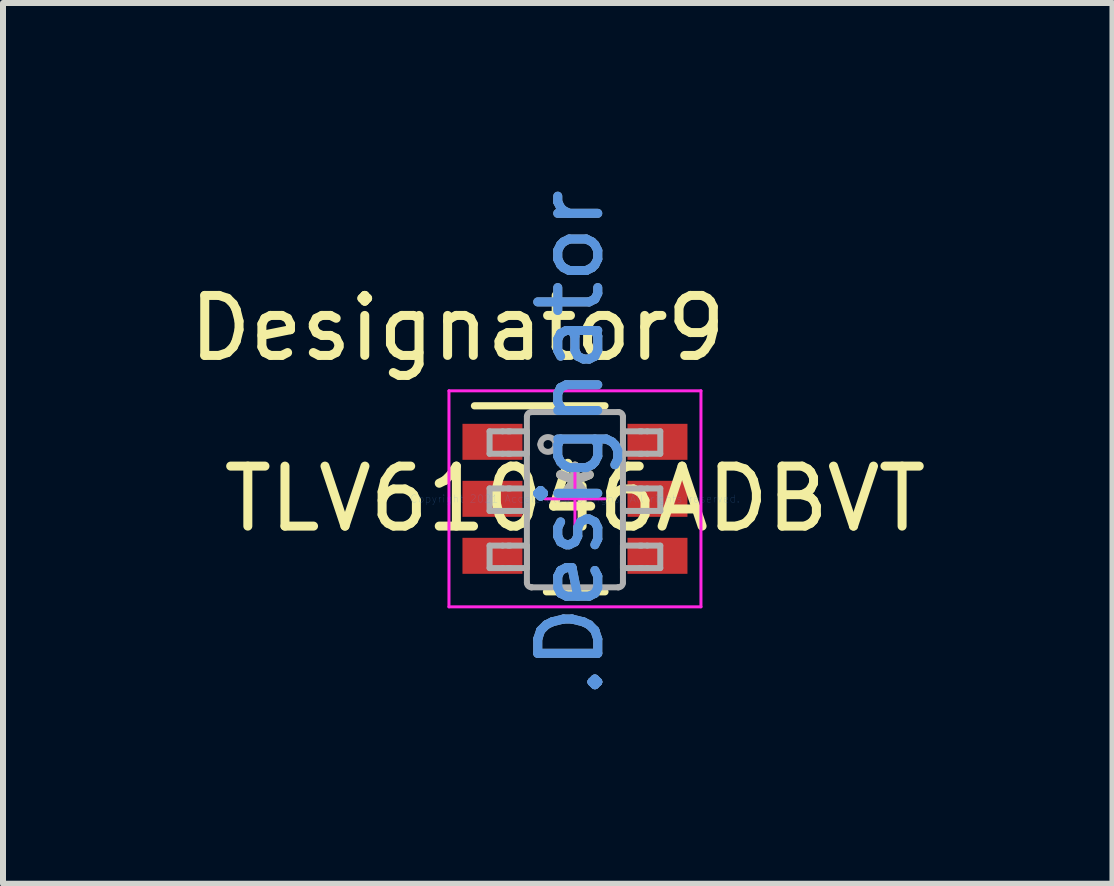
<source format=kicad_pcb>
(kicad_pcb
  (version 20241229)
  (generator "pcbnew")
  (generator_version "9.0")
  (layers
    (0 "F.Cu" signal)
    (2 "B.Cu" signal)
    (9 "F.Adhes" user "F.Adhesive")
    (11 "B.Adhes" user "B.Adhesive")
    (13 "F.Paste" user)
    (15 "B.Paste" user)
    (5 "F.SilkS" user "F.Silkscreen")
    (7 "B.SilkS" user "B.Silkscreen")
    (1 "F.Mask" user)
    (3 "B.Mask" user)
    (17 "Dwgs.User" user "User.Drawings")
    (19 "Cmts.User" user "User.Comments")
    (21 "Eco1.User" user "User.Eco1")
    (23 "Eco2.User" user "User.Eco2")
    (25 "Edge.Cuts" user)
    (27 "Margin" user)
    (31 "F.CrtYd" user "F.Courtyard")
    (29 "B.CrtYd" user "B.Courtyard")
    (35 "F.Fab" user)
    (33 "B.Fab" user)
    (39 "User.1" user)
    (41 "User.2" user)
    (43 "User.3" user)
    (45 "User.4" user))
  (footprint "TLV61046ADBVT"
    (layer "F.Cu")
    (at 6.533 5.264)
    (property "Reference" "TLV61046ADBVT" (at 0 0 0) (layer "F.SilkS") (effects (font (size 1 1) (thickness 0.15))))
    (attr through_hole)
    (fp_line (start -1.675 -1.55) (end 0.5 -1.55) (stroke (width 0.12) (type solid)) (layer "F.SilkS"))
    (fp_line (start -0.475 1.55) (end 0.5 1.55) (stroke (width 0.12) (type solid)) (layer "F.SilkS"))
    (fp_line (start -2.1 -1.8) (end 2.1 -1.8) (stroke (width 0.05) (type solid)) (layer "F.CrtYd"))
    (fp_line (start -2.1 1.8) (end -2.1 -1.8) (stroke (width 0.05) (type solid)) (layer "F.CrtYd"))
    (fp_line (start -2.1 1.8) (end 2.1 1.8) (stroke (width 0.05) (type solid)) (layer "F.CrtYd"))
    (fp_line (start -0.5 0) (end 0.5 0) (stroke (width 0.05) (type solid)) (layer "F.CrtYd"))
    (fp_line (start 0 0.5) (end 0 -0.5) (stroke (width 0.05) (type solid)) (layer "F.CrtYd"))
    (fp_line (start 2.1 1.8) (end 2.1 -1.8) (stroke (width 0.05) (type solid)) (layer "F.CrtYd"))
    (fp_line (start -1.423 -1.125) (end -1.206 -1.125) (stroke (width 0.1) (type solid)) (layer "F.Fab"))
    (fp_line (start -1.423 -0.751) (end -1.423 -1.125) (stroke (width 0.1) (type solid)) (layer "F.Fab"))
    (fp_line (start -1.423 -0.751) (end -1.206 -0.751) (stroke (width 0.1) (type solid)) (layer "F.Fab"))
    (fp_line (start -1.423 -0.173) (end -1.206 -0.173) (stroke (width 0.1) (type solid)) (layer "F.Fab"))
    (fp_line (start -1.423 0.202) (end -1.423 -0.173) (stroke (width 0.1) (type solid)) (layer "F.Fab"))
    (fp_line (start -1.423 0.202) (end -1.206 0.202) (stroke (width 0.1) (type solid)) (layer "F.Fab"))
    (fp_line (start -1.423 0.78) (end -1.206 0.78) (stroke (width 0.1) (type solid)) (layer "F.Fab"))
    (fp_line (start -1.423 1.154) (end -1.423 0.78) (stroke (width 0.1) (type solid)) (layer "F.Fab"))
    (fp_line (start -1.423 1.154) (end -1.206 1.154) (stroke (width 0.1) (type solid)) (layer "F.Fab"))
    (fp_line (start -1.206 -1.125) (end -1.113 -1.125) (stroke (width 0.1) (type solid)) (layer "F.Fab"))
    (fp_line (start -1.206 -0.751) (end -1.113 -0.751) (stroke (width 0.1) (type solid)) (layer "F.Fab"))
    (fp_line (start -1.206 -0.173) (end -1.113 -0.173) (stroke (width 0.1) (type solid)) (layer "F.Fab"))
    (fp_line (start -1.206 0.202) (end -1.113 0.202) (stroke (width 0.1) (type solid)) (layer "F.Fab"))
    (fp_line (start -1.206 0.78) (end -1.113 0.78) (stroke (width 0.1) (type solid)) (layer "F.Fab"))
    (fp_line (start -1.206 1.154) (end -1.113 1.154) (stroke (width 0.1) (type solid)) (layer "F.Fab"))
    (fp_line (start -1.113 -1.125) (end -1.081 -1.125) (stroke (width 0.1) (type solid)) (layer "F.Fab"))
    (fp_line (start -1.113 -0.751) (end -1.081 -0.751) (stroke (width 0.1) (type solid)) (layer "F.Fab"))
    (fp_line (start -1.113 -0.173) (end -1.081 -0.173) (stroke (width 0.1) (type solid)) (layer "F.Fab"))
    (fp_line (start -1.113 0.202) (end -1.081 0.202) (stroke (width 0.1) (type solid)) (layer "F.Fab"))
    (fp_line (start -1.113 0.78) (end -1.081 0.78) (stroke (width 0.1) (type solid)) (layer "F.Fab"))
    (fp_line (start -1.113 1.154) (end -1.081 1.154) (stroke (width 0.1) (type solid)) (layer "F.Fab"))
    (fp_line (start -1.081 -1.125) (end -0.828 -1.125) (stroke (width 0.1) (type solid)) (layer "F.Fab"))
    (fp_line (start -1.081 -0.751) (end -0.828 -0.751) (stroke (width 0.1) (type solid)) (layer "F.Fab"))
    (fp_line (start -1.081 -0.173) (end -0.828 -0.173) (stroke (width 0.1) (type solid)) (layer "F.Fab"))
    (fp_line (start -1.081 0.202) (end -0.828 0.202) (stroke (width 0.1) (type solid)) (layer "F.Fab"))
    (fp_line (start -1.081 0.78) (end -0.828 0.78) (stroke (width 0.1) (type solid)) (layer "F.Fab"))
    (fp_line (start -1.081 1.154) (end -0.828 1.154) (stroke (width 0.1) (type solid)) (layer "F.Fab"))
    (fp_line (start -0.828 -1.125) (end -0.801 -1.125) (stroke (width 0.1) (type solid)) (layer "F.Fab"))
    (fp_line (start -0.828 -0.751) (end -0.801 -0.751) (stroke (width 0.1) (type solid)) (layer "F.Fab"))
    (fp_line (start -0.828 -0.173) (end -0.801 -0.173) (stroke (width 0.1) (type solid)) (layer "F.Fab"))
    (fp_line (start -0.828 0.202) (end -0.801 0.202) (stroke (width 0.1) (type solid)) (layer "F.Fab"))
    (fp_line (start -0.828 0.78) (end -0.801 0.78) (stroke (width 0.1) (type solid)) (layer "F.Fab"))
    (fp_line (start -0.828 1.154) (end -0.801 1.154) (stroke (width 0.1) (type solid)) (layer "F.Fab"))
    (fp_line (start -0.801 -0.751) (end -0.801 -1.125) (stroke (width 0.1) (type solid)) (layer "F.Fab"))
    (fp_line (start -0.801 0.202) (end -0.801 -0.173) (stroke (width 0.1) (type solid)) (layer "F.Fab"))
    (fp_line (start -0.801 1.154) (end -0.801 0.78) (stroke (width 0.1) (type solid)) (layer "F.Fab"))
    (fp_line (start -0.801 1.399) (end -0.801 -1.37) (stroke (width 0.1) (type solid)) (layer "F.Fab"))
    (fp_line (start -0.725 -1.446) (end -0.724 -1.446) (stroke (width 0.1) (type solid)) (layer "F.Fab"))
    (fp_line (start -0.725 1.475) (end -0.724 1.475) (stroke (width 0.1) (type solid)) (layer "F.Fab"))
    (fp_line (start -0.724 -1.446) (end 0.723 -1.446) (stroke (width 0.1) (type solid)) (layer "F.Fab"))
    (fp_line (start -0.724 1.475) (end 0.723 1.475) (stroke (width 0.1) (type solid)) (layer "F.Fab"))
    (fp_line (start 0.723 -1.446) (end 0.724 -1.446) (stroke (width 0.1) (type solid)) (layer "F.Fab"))
    (fp_line (start 0.723 1.475) (end 0.724 1.475) (stroke (width 0.1) (type solid)) (layer "F.Fab"))
    (fp_line (start 0.8 -1.125) (end 0.827 -1.125) (stroke (width 0.1) (type solid)) (layer "F.Fab"))
    (fp_line (start 0.8 -0.751) (end 0.8 -1.125) (stroke (width 0.1) (type solid)) (layer "F.Fab"))
    (fp_line (start 0.8 -0.751) (end 0.827 -0.751) (stroke (width 0.1) (type solid)) (layer "F.Fab"))
    (fp_line (start 0.8 -0.173) (end 0.827 -0.173) (stroke (width 0.1) (type solid)) (layer "F.Fab"))
    (fp_line (start 0.8 0.202) (end 0.8 -0.173) (stroke (width 0.1) (type solid)) (layer "F.Fab"))
    (fp_line (start 0.8 0.202) (end 0.827 0.202) (stroke (width 0.1) (type solid)) (layer "F.Fab"))
    (fp_line (start 0.8 0.78) (end 0.827 0.78) (stroke (width 0.1) (type solid)) (layer "F.Fab"))
    (fp_line (start 0.8 1.154) (end 0.8 0.78) (stroke (width 0.1) (type solid)) (layer "F.Fab"))
    (fp_line (start 0.8 1.154) (end 0.827 1.154) (stroke (width 0.1) (type solid)) (layer "F.Fab"))
    (fp_line (start 0.8 1.399) (end 0.8 -1.37) (stroke (width 0.1) (type solid)) (layer "F.Fab"))
    (fp_line (start 0.827 -1.125) (end 1.08 -1.125) (stroke (width 0.1) (type solid)) (layer "F.Fab"))
    (fp_line (start 0.827 -0.751) (end 1.08 -0.751) (stroke (width 0.1) (type solid)) (layer "F.Fab"))
    (fp_line (start 0.827 -0.173) (end 1.08 -0.173) (stroke (width 0.1) (type solid)) (layer "F.Fab"))
    (fp_line (start 0.827 0.202) (end 1.08 0.202) (stroke (width 0.1) (type solid)) (layer "F.Fab"))
    (fp_line (start 0.827 0.78) (end 1.08 0.78) (stroke (width 0.1) (type solid)) (layer "F.Fab"))
    (fp_line (start 0.827 1.154) (end 1.08 1.154) (stroke (width 0.1) (type solid)) (layer "F.Fab"))
    (fp_line (start 1.08 -1.125) (end 1.112 -1.125) (stroke (width 0.1) (type solid)) (layer "F.Fab"))
    (fp_line (start 1.08 -0.751) (end 1.112 -0.751) (stroke (width 0.1) (type solid)) (layer "F.Fab"))
    (fp_line (start 1.08 -0.173) (end 1.112 -0.173) (stroke (width 0.1) (type solid)) (layer "F.Fab"))
    (fp_line (start 1.08 0.202) (end 1.112 0.202) (stroke (width 0.1) (type solid)) (layer "F.Fab"))
    (fp_line (start 1.08 0.78) (end 1.112 0.78) (stroke (width 0.1) (type solid)) (layer "F.Fab"))
    (fp_line (start 1.08 1.154) (end 1.112 1.154) (stroke (width 0.1) (type solid)) (layer "F.Fab"))
    (fp_line (start 1.112 -1.125) (end 1.205 -1.125) (stroke (width 0.1) (type solid)) (layer "F.Fab"))
    (fp_line (start 1.112 -0.751) (end 1.205 -0.751) (stroke (width 0.1) (type solid)) (layer "F.Fab"))
    (fp_line (start 1.112 -0.173) (end 1.205 -0.173) (stroke (width 0.1) (type solid)) (layer "F.Fab"))
    (fp_line (start 1.112 0.202) (end 1.205 0.202) (stroke (width 0.1) (type solid)) (layer "F.Fab"))
    (fp_line (start 1.112 0.78) (end 1.205 0.78) (stroke (width 0.1) (type solid)) (layer "F.Fab"))
    (fp_line (start 1.112 1.154) (end 1.205 1.154) (stroke (width 0.1) (type solid)) (layer "F.Fab"))
    (fp_line (start 1.205 -1.125) (end 1.422 -1.125) (stroke (width 0.1) (type solid)) (layer "F.Fab"))
    (fp_line (start 1.205 -0.751) (end 1.422 -0.751) (stroke (width 0.1) (type solid)) (layer "F.Fab"))
    (fp_line (start 1.205 -0.173) (end 1.422 -0.173) (stroke (width 0.1) (type solid)) (layer "F.Fab"))
    (fp_line (start 1.205 0.202) (end 1.422 0.202) (stroke (width 0.1) (type solid)) (layer "F.Fab"))
    (fp_line (start 1.205 0.78) (end 1.422 0.78) (stroke (width 0.1) (type solid)) (layer "F.Fab"))
    (fp_line (start 1.205 1.154) (end 1.422 1.154) (stroke (width 0.1) (type solid)) (layer "F.Fab"))
    (fp_line (start 1.422 -0.751) (end 1.422 -1.125) (stroke (width 0.1) (type solid)) (layer "F.Fab"))
    (fp_line (start 1.422 0.202) (end 1.422 -0.173) (stroke (width 0.1) (type solid)) (layer "F.Fab"))
    (fp_line (start 1.422 1.154) (end 1.422 0.78) (stroke (width 0.1) (type solid)) (layer "F.Fab"))
    (fp_arc (start -0.800692 -1.369901) (mid -0.778512 -1.423534) (end -0.724999 -1.446) (stroke (width 0.1) (type solid)) (layer "F.Fab"))
    (fp_arc (start -0.724999 1.475001) (mid -0.778507 1.452548) (end -0.800692 1.398928) (stroke (width 0.1) (type solid)) (layer "F.Fab"))
    (fp_arc (start -0.576536 -0.906071) (mid -0.449562 -1.033045) (end -0.322588 -0.906071) (stroke (width 0.1) (type solid)) (layer "F.Fab"))
    (fp_arc (start -0.322587 -0.906071) (mid -0.449562 -0.779096) (end -0.576537 -0.906071) (stroke (width 0.1) (type solid)) (layer "F.Fab"))
    (fp_arc (start 0.723841 -1.446) (mid 0.777341 -1.423528) (end 0.799508 -1.369901) (stroke (width 0.1) (type solid)) (layer "F.Fab"))
    (fp_arc (start 0.799509 1.398928) (mid 0.777337 1.452543) (end 0.723841 1.475002) (stroke (width 0.1) (type solid)) (layer "F.Fab"))
    (fp_text user "*" (at 0 0 0) (layer "F.SilkS") (effects (font (size 1 1) (thickness 0.15))))
    (fp_text user "Designator9" (at -1.956 -2.845 0) (layer "F.SilkS") (effects (font (size 1 1) (thickness 0.15))))
    (fp_text user ".Designator" (at -0.075 -0.925 270) (layer "Cmts.User") (effects (font (size 1 1) (thickness 0.15))))
    (fp_text user "Copyright 2021 Accelerated Designs. All rights reserved." (at 0 0 0) (layer "Cmts.User") (effects (font (size 0.127 0.127) (thickness 0.002))))
    (fp_text user "*" (at 0 0 0) (layer "F.Fab") (effects (font (size 1 1) (thickness 0.15))))
    (fp_text user ".Designator" (at -0.075 -0.925 270) (layer "F.Fab") (effects (font (size 1 1) (thickness 0.15))))
    (pad "1" smd rect (at -1.375 -0.95 90) (size 0.6 1) (layers "F.Cu" "F.Mask" "F.Paste"))
    (pad "2" smd rect (at -1.375 0 90) (size 0.6 1) (layers "F.Cu" "F.Mask" "F.Paste"))
    (pad "3" smd rect (at -1.375 0.95 90) (size 0.6 1) (layers "F.Cu" "F.Mask" "F.Paste"))
    (pad "4" smd rect (at 1.375 0.95 90) (size 0.6 1) (layers "F.Cu" "F.Mask" "F.Paste"))
    (pad "5" smd rect (at 1.375 0 90) (size 0.6 1) (layers "F.Cu" "F.Mask" "F.Paste"))
    (pad "6" smd rect (at 1.375 -0.95 90) (size 0.6 1) (layers "F.Cu" "F.Mask" "F.Paste")))
  (gr_rect
    (start -3 -3)
    (end 15.492 11.679)
    (stroke (width 0.1) (type default))
    (fill no)
    (layer "Edge.Cuts")))
</source>
